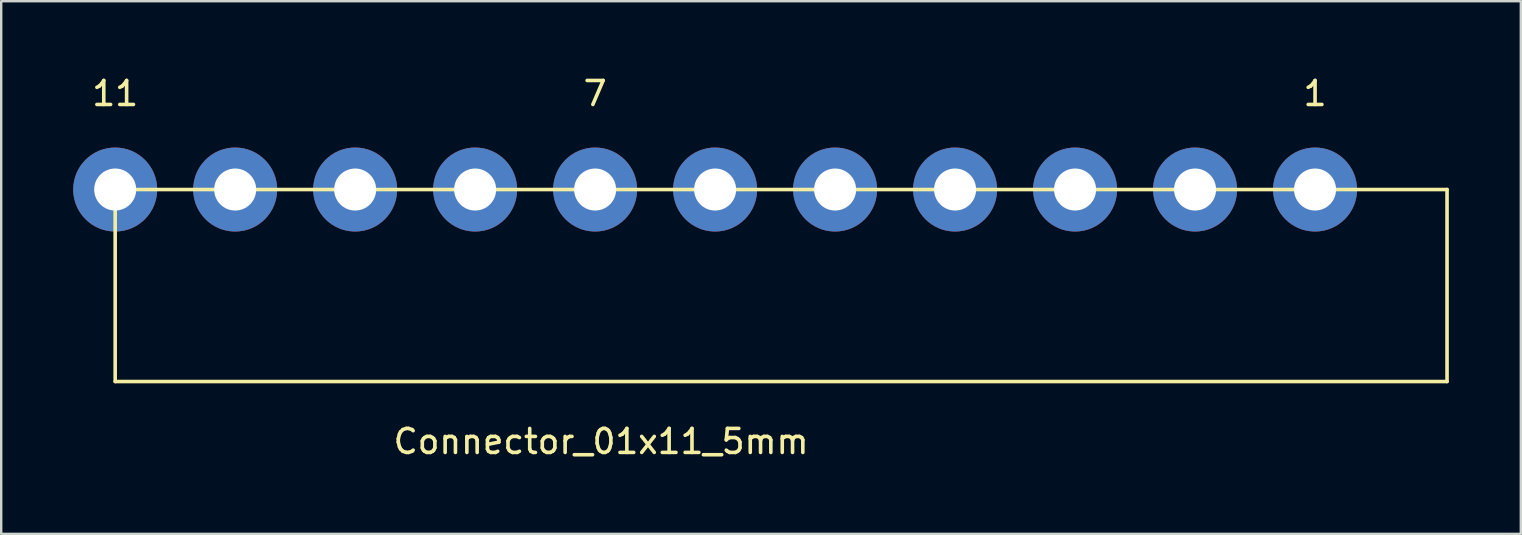
<source format=kicad_pcb>
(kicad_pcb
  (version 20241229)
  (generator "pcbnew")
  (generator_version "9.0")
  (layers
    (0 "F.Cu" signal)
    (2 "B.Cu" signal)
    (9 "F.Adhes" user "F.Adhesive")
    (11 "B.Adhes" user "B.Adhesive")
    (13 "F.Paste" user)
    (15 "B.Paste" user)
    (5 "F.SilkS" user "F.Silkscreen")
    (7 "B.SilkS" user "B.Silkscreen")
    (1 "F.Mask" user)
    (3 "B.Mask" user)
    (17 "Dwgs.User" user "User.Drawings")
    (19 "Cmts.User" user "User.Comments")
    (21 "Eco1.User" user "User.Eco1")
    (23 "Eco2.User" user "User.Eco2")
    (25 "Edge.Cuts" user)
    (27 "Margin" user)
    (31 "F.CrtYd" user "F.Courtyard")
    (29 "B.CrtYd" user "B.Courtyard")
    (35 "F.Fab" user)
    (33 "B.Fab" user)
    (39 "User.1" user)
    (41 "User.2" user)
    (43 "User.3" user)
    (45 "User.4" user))
  (footprint "Connector_01x11_5mm"
    (layer "F.Cu")
    (at 51.75 4.848)
    (property "Reference" "Connector_01x11_5mm" (at -29.75 10.5 0) (layer "F.SilkS") (effects (font (size 1 1) (thickness 0.15))))
    (attr through_hole)
    (fp_line (start -50 8) (end -50 0) (stroke (width 0.15) (type solid)) (layer "F.SilkS"))
    (fp_line (start -50 8) (end 5.5 8) (stroke (width 0.15) (type solid)) (layer "F.SilkS"))
    (fp_line (start 5.5 0) (end -50 0) (stroke (width 0.15) (type solid)) (layer "F.SilkS"))
    (fp_line (start 5.5 8) (end 5.5 0) (stroke (width 0.15) (type solid)) (layer "F.SilkS"))
    (fp_text user "7" (at -30 -4 0) (layer "F.SilkS") (effects (font (size 1 1) (thickness 0.15))))
    (fp_text user "1" (at 0 -4 0) (layer "F.SilkS") (effects (font (size 1 1) (thickness 0.15))))
    (fp_text user "11" (at -50 -4 0) (layer "F.SilkS") (effects (font (size 1 1) (thickness 0.15))))
    (pad "1" thru_hole circle (at 0 0 180) (size 3.5 3.5) (drill 1.75) (layers "B.Cu" "B.Mask"))
    (pad "2" thru_hole circle (at -5 0 180) (size 3.5 3.5) (drill 1.75) (layers "B.Cu" "B.Mask"))
    (pad "3" thru_hole circle (at -10 0 180) (size 3.5 3.5) (drill 1.75) (layers "B.Cu" "B.Mask"))
    (pad "4" thru_hole circle (at -15 0 180) (size 3.5 3.5) (drill 1.75) (layers "B.Cu" "B.Mask"))
    (pad "5" thru_hole circle (at -20 0 180) (size 3.5 3.5) (drill 1.75) (layers "B.Cu" "B.Mask"))
    (pad "6" thru_hole circle (at -25 0 180) (size 3.5 3.5) (drill 1.75) (layers "B.Cu" "B.Mask"))
    (pad "7" thru_hole circle (at -30 0 180) (size 3.5 3.5) (drill 1.75) (layers "B.Cu" "B.Mask"))
    (pad "8" thru_hole circle (at -35 0 180) (size 3.5 3.5) (drill 1.75) (layers "B.Cu" "B.Mask"))
    (pad "9" thru_hole circle (at -40 0 180) (size 3.5 3.5) (drill 1.75) (layers "B.Cu" "B.Mask"))
    (pad "10" thru_hole circle (at -45 0 180) (size 3.5 3.5) (drill 1.75) (layers "B.Cu" "B.Mask"))
    (pad "11" thru_hole circle (at -50 0 180) (size 3.5 3.5) (drill 1.75) (layers "B.Cu" "B.Mask")))
  (gr_rect
    (start -3 -3)
    (end 60.325 19.197)
    (stroke (width 0.1) (type default))
    (fill no)
    (layer "Edge.Cuts")))
</source>
